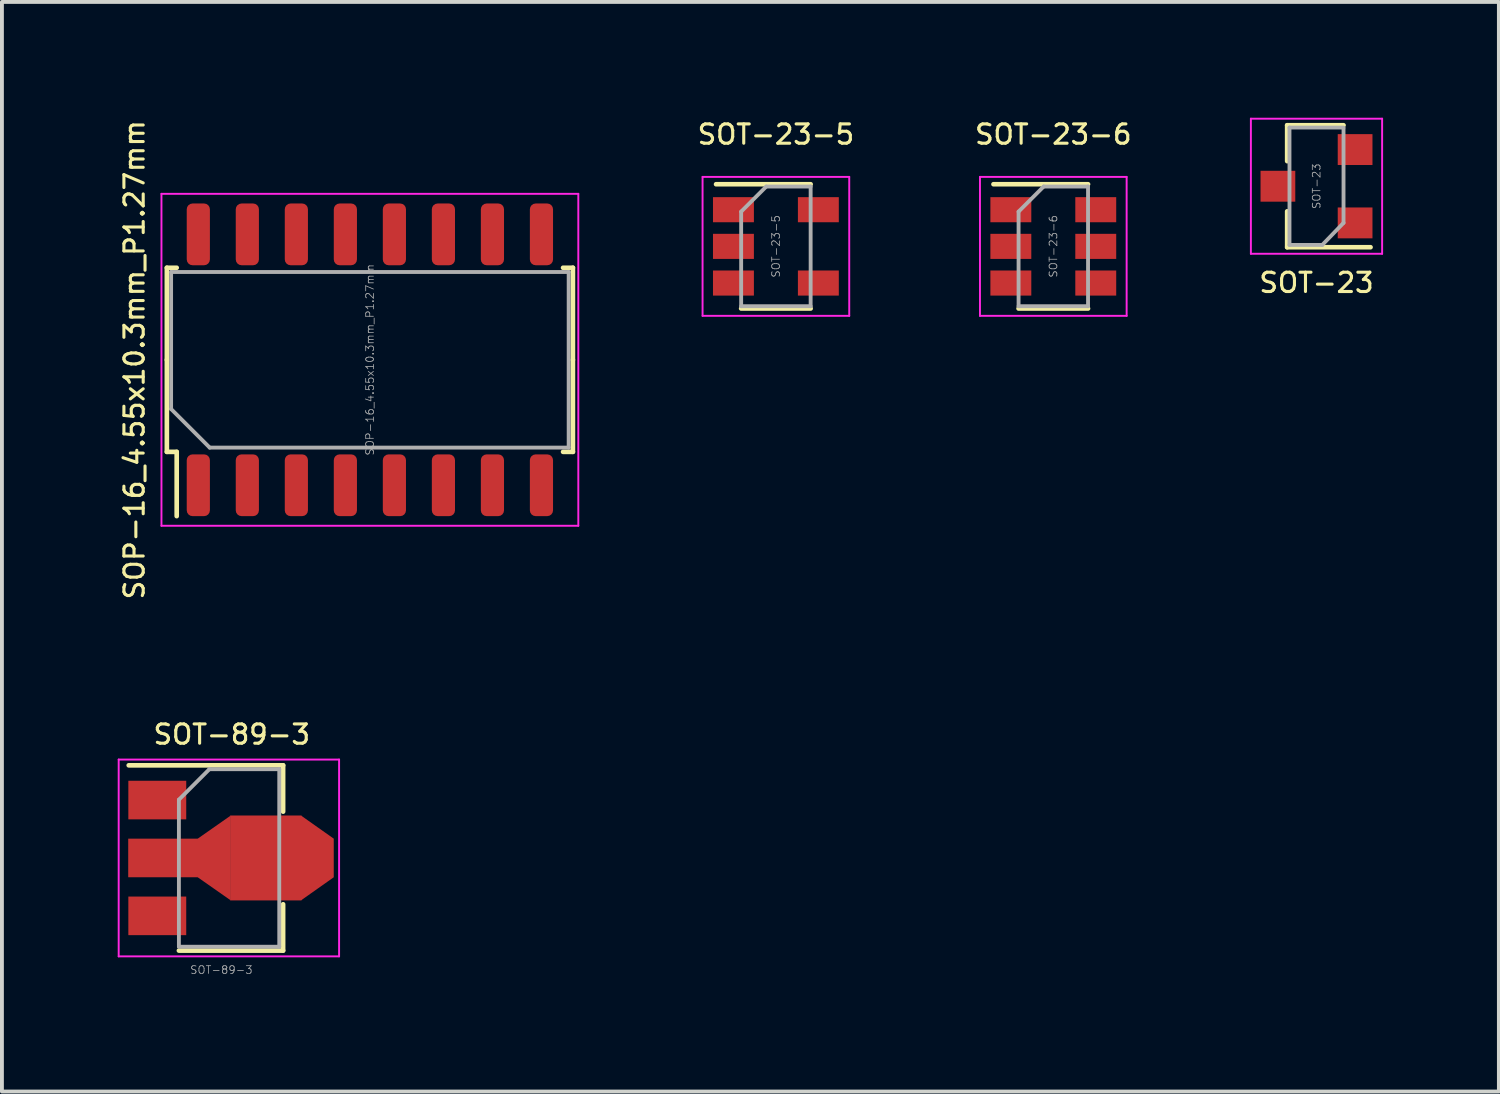
<source format=kicad_pcb>
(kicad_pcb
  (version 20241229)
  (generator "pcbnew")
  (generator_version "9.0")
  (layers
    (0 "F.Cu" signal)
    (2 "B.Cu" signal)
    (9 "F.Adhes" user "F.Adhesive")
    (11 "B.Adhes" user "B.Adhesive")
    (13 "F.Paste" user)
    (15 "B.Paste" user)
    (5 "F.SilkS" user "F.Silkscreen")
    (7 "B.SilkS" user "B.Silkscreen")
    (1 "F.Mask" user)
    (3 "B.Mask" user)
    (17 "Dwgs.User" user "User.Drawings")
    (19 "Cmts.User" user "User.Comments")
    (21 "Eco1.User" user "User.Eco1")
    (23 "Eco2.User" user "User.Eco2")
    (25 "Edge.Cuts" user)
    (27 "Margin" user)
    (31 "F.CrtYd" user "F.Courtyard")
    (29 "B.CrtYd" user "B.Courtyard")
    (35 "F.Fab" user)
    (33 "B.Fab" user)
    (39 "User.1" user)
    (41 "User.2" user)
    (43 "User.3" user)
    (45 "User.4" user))
  (footprint "SOT-23-5"
    (layer "F.Cu")
    (at 17.052 3.333)
    (property "Reference" "SOT-23-5" (at 0 -2.9 0) (layer "F.SilkS") (effects (font (size 0.5 0.5) (thickness 0.08))))
    (attr smd)
    (fp_line (start -0.9 1.61) (end 0.9 1.61) (stroke (width 0.12) (type solid)) (layer "F.SilkS"))
    (fp_line (start 0.9 -1.61) (end -1.55 -1.61) (stroke (width 0.12) (type solid)) (layer "F.SilkS"))
    (fp_line (start -1.9 -1.8) (end 1.9 -1.8) (stroke (width 0.05) (type solid)) (layer "F.CrtYd"))
    (fp_line (start -1.9 1.8) (end -1.9 -1.8) (stroke (width 0.05) (type solid)) (layer "F.CrtYd"))
    (fp_line (start 1.9 -1.8) (end 1.9 1.8) (stroke (width 0.05) (type solid)) (layer "F.CrtYd"))
    (fp_line (start 1.9 1.8) (end -1.9 1.8) (stroke (width 0.05) (type solid)) (layer "F.CrtYd"))
    (fp_line (start -0.9 -0.9) (end -0.9 1.55) (stroke (width 0.1) (type solid)) (layer "F.Fab"))
    (fp_line (start -0.9 -0.9) (end -0.25 -1.55) (stroke (width 0.1) (type solid)) (layer "F.Fab"))
    (fp_line (start 0.9 -1.55) (end -0.25 -1.55) (stroke (width 0.1) (type solid)) (layer "F.Fab"))
    (fp_line (start 0.9 -1.55) (end 0.9 1.55) (stroke (width 0.1) (type solid)) (layer "F.Fab"))
    (fp_line (start 0.9 1.55) (end -0.9 1.55) (stroke (width 0.1) (type solid)) (layer "F.Fab"))
    (fp_text user "${REFERENCE}" (at 0 0 90) (layer "F.Fab") (effects (font (size 0.2 0.2) (thickness 0.02))))
    (pad "1" smd rect (at -1.1 -0.95) (size 1.06 0.65) (layers "F.Cu" "F.Mask" "F.Paste"))
    (pad "2" smd rect (at -1.1 0) (size 1.06 0.65) (layers "F.Cu" "F.Mask" "F.Paste"))
    (pad "3" smd rect (at -1.1 0.95) (size 1.06 0.65) (layers "F.Cu" "F.Mask" "F.Paste"))
    (pad "4" smd rect (at 1.1 0.95) (size 1.06 0.65) (layers "F.Cu" "F.Mask" "F.Paste"))
    (pad "5" smd rect (at 1.1 -0.95) (size 1.06 0.65) (layers "F.Cu" "F.Mask" "F.Paste")))
  (footprint "SOT-23-6"
    (layer "F.Cu")
    (at 24.239 3.333)
    (property "Reference" "SOT-23-6" (at 0 -2.9 0) (layer "F.SilkS") (effects (font (size 0.5 0.5) (thickness 0.08))))
    (attr smd)
    (fp_line (start -0.9 1.61) (end 0.9 1.61) (stroke (width 0.12) (type solid)) (layer "F.SilkS"))
    (fp_line (start 0.9 -1.61) (end -1.55 -1.61) (stroke (width 0.12) (type solid)) (layer "F.SilkS"))
    (fp_line (start -1.9 -1.8) (end -1.9 1.8) (stroke (width 0.05) (type solid)) (layer "F.CrtYd"))
    (fp_line (start -1.9 1.8) (end 1.9 1.8) (stroke (width 0.05) (type solid)) (layer "F.CrtYd"))
    (fp_line (start 1.9 -1.8) (end -1.9 -1.8) (stroke (width 0.05) (type solid)) (layer "F.CrtYd"))
    (fp_line (start 1.9 1.8) (end 1.9 -1.8) (stroke (width 0.05) (type solid)) (layer "F.CrtYd"))
    (fp_line (start -0.9 -0.9) (end -0.9 1.55) (stroke (width 0.1) (type solid)) (layer "F.Fab"))
    (fp_line (start -0.9 -0.9) (end -0.25 -1.55) (stroke (width 0.1) (type solid)) (layer "F.Fab"))
    (fp_line (start 0.9 -1.55) (end -0.25 -1.55) (stroke (width 0.1) (type solid)) (layer "F.Fab"))
    (fp_line (start 0.9 -1.55) (end 0.9 1.55) (stroke (width 0.1) (type solid)) (layer "F.Fab"))
    (fp_line (start 0.9 1.55) (end -0.9 1.55) (stroke (width 0.1) (type solid)) (layer "F.Fab"))
    (fp_text user "${REFERENCE}" (at 0 0 90) (layer "F.Fab") (effects (font (size 0.2 0.2) (thickness 0.02))))
    (pad "1" smd rect (at -1.1 -0.95) (size 1.06 0.65) (layers "F.Cu" "F.Mask" "F.Paste"))
    (pad "2" smd rect (at -1.1 0) (size 1.06 0.65) (layers "F.Cu" "F.Mask" "F.Paste"))
    (pad "3" smd rect (at -1.1 0.95) (size 1.06 0.65) (layers "F.Cu" "F.Mask" "F.Paste"))
    (pad "4" smd rect (at 1.1 0.95) (size 1.06 0.65) (layers "F.Cu" "F.Mask" "F.Paste"))
    (pad "5" smd rect (at 1.1 0) (size 1.06 0.65) (layers "F.Cu" "F.Mask" "F.Paste"))
    (pad "6" smd rect (at 1.1 -0.95) (size 1.06 0.65) (layers "F.Cu" "F.Mask" "F.Paste")))
  (footprint "SOT-23"
    (layer "F.Cu")
    (at 31.058 1.775)
    (property "Reference" "SOT-23" (at 0 2.5 180) (layer "F.SilkS") (effects (font (size 0.5 0.5) (thickness 0.08))))
    (attr smd)
    (fp_line (start -0.76 -1.58) (end -0.76 -0.65) (stroke (width 0.12) (type solid)) (layer "F.SilkS"))
    (fp_line (start -0.76 -1.58) (end 0.7 -1.58) (stroke (width 0.12) (type solid)) (layer "F.SilkS"))
    (fp_line (start -0.76 1.58) (end -0.76 0.65) (stroke (width 0.12) (type solid)) (layer "F.SilkS"))
    (fp_line (start -0.76 1.58) (end 1.4 1.58) (stroke (width 0.12) (type solid)) (layer "F.SilkS"))
    (fp_line (start -1.7 -1.75) (end 1.7 -1.75) (stroke (width 0.05) (type solid)) (layer "F.CrtYd"))
    (fp_line (start -1.7 1.75) (end -1.7 -1.75) (stroke (width 0.05) (type solid)) (layer "F.CrtYd"))
    (fp_line (start 1.7 -1.75) (end 1.7 1.75) (stroke (width 0.05) (type solid)) (layer "F.CrtYd"))
    (fp_line (start 1.7 1.75) (end -1.7 1.75) (stroke (width 0.05) (type solid)) (layer "F.CrtYd"))
    (fp_line (start -0.7 1.52) (end -0.7 -1.52) (stroke (width 0.1) (type solid)) (layer "F.Fab"))
    (fp_line (start 0.15 1.52) (end -0.7 1.52) (stroke (width 0.1) (type solid)) (layer "F.Fab"))
    (fp_line (start 0.7 -1.52) (end -0.7 -1.52) (stroke (width 0.1) (type solid)) (layer "F.Fab"))
    (fp_line (start 0.7 0.95) (end 0.15 1.52) (stroke (width 0.1) (type solid)) (layer "F.Fab"))
    (fp_line (start 0.7 0.95) (end 0.7 -1.5) (stroke (width 0.1) (type solid)) (layer "F.Fab"))
    (fp_text user "${REFERENCE}" (at 0 0 270) (layer "F.Fab") (effects (font (size 0.2 0.2) (thickness 0.02))))
    (pad "1" smd rect (at 1 0.95 180) (size 0.9 0.8) (layers "F.Cu" "F.Mask" "F.Paste"))
    (pad "2" smd rect (at 1 -0.95 180) (size 0.9 0.8) (layers "F.Cu" "F.Mask" "F.Paste"))
    (pad "3" smd rect (at -1 0 180) (size 0.9 0.8) (layers "F.Cu" "F.Mask" "F.Paste")))
  (footprint "SOT-89-3"
    (layer "F.Cu")
    (at 2.505 19.178)
    (property "Reference" "SOT-89-3" (at 0.45 -3.2 0) (layer "F.SilkS") (effects (font (size 0.5 0.5) (thickness 0.08))))
    (attr smd)
    (fp_line (start -2.22 -2.4) (end 1.78 -2.4) (stroke (width 0.12) (type solid)) (layer "F.SilkS"))
    (fp_line (start 1.78 -2.4) (end 1.78 -1.2) (stroke (width 0.12) (type solid)) (layer "F.SilkS"))
    (fp_line (start 1.78 1.2) (end 1.78 2.4) (stroke (width 0.12) (type solid)) (layer "F.SilkS"))
    (fp_line (start 1.78 2.4) (end -0.92 2.4) (stroke (width 0.12) (type solid)) (layer "F.SilkS"))
    (fp_line (start -2.48 2.55) (end -2.48 -2.55) (stroke (width 0.05) (type solid)) (layer "F.CrtYd"))
    (fp_line (start -2.48 2.55) (end 3.23 2.55) (stroke (width 0.05) (type solid)) (layer "F.CrtYd"))
    (fp_line (start 3.23 -2.55) (end -2.48 -2.55) (stroke (width 0.05) (type solid)) (layer "F.CrtYd"))
    (fp_line (start 3.23 -2.55) (end 3.23 2.55) (stroke (width 0.05) (type solid)) (layer "F.CrtYd"))
    (fp_line (start -0.92 -1.51) (end -0.13 -2.3) (stroke (width 0.1) (type solid)) (layer "F.Fab"))
    (fp_line (start -0.92 2.3) (end -0.92 -1.51) (stroke (width 0.1) (type solid)) (layer "F.Fab"))
    (fp_line (start -0.13 -2.3) (end 1.68 -2.3) (stroke (width 0.1) (type solid)) (layer "F.Fab"))
    (fp_line (start 1.68 -2.3) (end 1.68 2.3) (stroke (width 0.1) (type solid)) (layer "F.Fab"))
    (fp_line (start 1.68 2.3) (end -0.92 2.3) (stroke (width 0.1) (type solid)) (layer "F.Fab"))
    (fp_text user "${REFERENCE}" (at 0.18 2.9 180) (layer "F.Fab") (effects (font (size 0.2 0.2) (thickness 0.02))))
    (pad "1" smd rect (at -1.48 -1.5 270) (size 1 1.5) (layers "F.Cu" "F.Mask" "F.Paste"))
    (pad "2" smd rect (at -1.333 0 270) (size 1 1.8) (layers "F.Cu" "F.Mask" "F.Paste"))
    (pad "2" smd trapezoid (at -0.076 0 90) (size 1.5 1) (rect_delta 0 0.7) (layers "F.Cu" "F.Mask" "F.Paste"))
    (pad "2" smd rect (at 1.333 0 270) (size 2.2 1.84) (layers "F.Cu" "F.Mask" "F.Paste"))
    (pad "2" smd trapezoid (at 2.667 0 270) (size 1.6 0.85) (rect_delta 0 0.6) (layers "F.Cu" "F.Mask" "F.Paste"))
    (pad "3" smd rect (at -1.48 1.5 270) (size 1 1.5) (layers "F.Cu" "F.Mask" "F.Paste")))
  (footprint "SOP-16_4.55x10.3mm_P1.27mm"
    (layer "F.Cu")
    (at 6.533 6.272)
    (property "Reference" "SOP-16_4.55x10.3mm_P1.27mm" (at -6.1 0 90) (layer "F.SilkS") (effects (font (size 0.5 0.5) (thickness 0.08))))
    (attr smd)
    (fp_line (start -5.26 -2.385) (end -5.005 -2.385) (stroke (width 0.12) (type solid)) (layer "F.SilkS"))
    (fp_line (start -5.26 0) (end -5.26 -2.385) (stroke (width 0.12) (type solid)) (layer "F.SilkS"))
    (fp_line (start -5.26 0) (end -5.26 2.385) (stroke (width 0.12) (type solid)) (layer "F.SilkS"))
    (fp_line (start -5.26 2.385) (end -5.005 2.385) (stroke (width 0.12) (type solid)) (layer "F.SilkS"))
    (fp_line (start -5.005 2.385) (end -5.005 4.05) (stroke (width 0.12) (type solid)) (layer "F.SilkS"))
    (fp_line (start 5.26 -2.385) (end 5.005 -2.385) (stroke (width 0.12) (type solid)) (layer "F.SilkS"))
    (fp_line (start 5.26 0) (end 5.26 -2.385) (stroke (width 0.12) (type solid)) (layer "F.SilkS"))
    (fp_line (start 5.26 0) (end 5.26 2.385) (stroke (width 0.12) (type solid)) (layer "F.SilkS"))
    (fp_line (start 5.26 2.385) (end 5.005 2.385) (stroke (width 0.12) (type solid)) (layer "F.SilkS"))
    (fp_line (start -5.4 -4.3) (end -5.4 4.3) (stroke (width 0.05) (type solid)) (layer "F.CrtYd"))
    (fp_line (start -5.4 4.3) (end 5.4 4.3) (stroke (width 0.05) (type solid)) (layer "F.CrtYd"))
    (fp_line (start 5.4 -4.3) (end -5.4 -4.3) (stroke (width 0.05) (type solid)) (layer "F.CrtYd"))
    (fp_line (start 5.4 4.3) (end 5.4 -4.3) (stroke (width 0.05) (type solid)) (layer "F.CrtYd"))
    (fp_line (start -5.15 -2.275) (end 5.15 -2.275) (stroke (width 0.1) (type solid)) (layer "F.Fab"))
    (fp_line (start -5.15 1.275) (end -5.15 -2.275) (stroke (width 0.1) (type solid)) (layer "F.Fab"))
    (fp_line (start -4.15 2.275) (end -5.15 1.275) (stroke (width 0.1) (type solid)) (layer "F.Fab"))
    (fp_line (start 5.15 -2.275) (end 5.15 2.275) (stroke (width 0.1) (type solid)) (layer "F.Fab"))
    (fp_line (start 5.15 2.275) (end -4.15 2.275) (stroke (width 0.1) (type solid)) (layer "F.Fab"))
    (fp_text user "${REFERENCE}" (at 0 0 90) (layer "F.Fab") (effects (font (size 0.2 0.2) (thickness 0.02))))
    (pad "1" smd roundrect (at -4.445 3.25 90) (size 1.6 0.6) (layers "F.Cu" "F.Mask" "F.Paste") (roundrect_rratio 0.25))
    (pad "2" smd roundrect (at -3.175 3.25 90) (size 1.6 0.6) (layers "F.Cu" "F.Mask" "F.Paste") (roundrect_rratio 0.25))
    (pad "3" smd roundrect (at -1.905 3.25 90) (size 1.6 0.6) (layers "F.Cu" "F.Mask" "F.Paste") (roundrect_rratio 0.25))
    (pad "4" smd roundrect (at -0.635 3.25 90) (size 1.6 0.6) (layers "F.Cu" "F.Mask" "F.Paste") (roundrect_rratio 0.25))
    (pad "5" smd roundrect (at 0.635 3.25 90) (size 1.6 0.6) (layers "F.Cu" "F.Mask" "F.Paste") (roundrect_rratio 0.25))
    (pad "6" smd roundrect (at 1.905 3.25 90) (size 1.6 0.6) (layers "F.Cu" "F.Mask" "F.Paste") (roundrect_rratio 0.25))
    (pad "7" smd roundrect (at 3.175 3.25 90) (size 1.6 0.6) (layers "F.Cu" "F.Mask" "F.Paste") (roundrect_rratio 0.25))
    (pad "8" smd roundrect (at 4.445 3.25 90) (size 1.6 0.6) (layers "F.Cu" "F.Mask" "F.Paste") (roundrect_rratio 0.25))
    (pad "9" smd roundrect (at 4.445 -3.25 90) (size 1.6 0.6) (layers "F.Cu" "F.Mask" "F.Paste") (roundrect_rratio 0.25))
    (pad "10" smd roundrect (at 3.175 -3.25 90) (size 1.6 0.6) (layers "F.Cu" "F.Mask" "F.Paste") (roundrect_rratio 0.25))
    (pad "11" smd roundrect (at 1.905 -3.25 90) (size 1.6 0.6) (layers "F.Cu" "F.Mask" "F.Paste") (roundrect_rratio 0.25))
    (pad "12" smd roundrect (at 0.635 -3.25 90) (size 1.6 0.6) (layers "F.Cu" "F.Mask" "F.Paste") (roundrect_rratio 0.25))
    (pad "13" smd roundrect (at -0.635 -3.25 90) (size 1.6 0.6) (layers "F.Cu" "F.Mask" "F.Paste") (roundrect_rratio 0.25))
    (pad "14" smd roundrect (at -1.905 -3.25 90) (size 1.6 0.6) (layers "F.Cu" "F.Mask" "F.Paste") (roundrect_rratio 0.25))
    (pad "15" smd roundrect (at -3.175 -3.25 90) (size 1.6 0.6) (layers "F.Cu" "F.Mask" "F.Paste") (roundrect_rratio 0.25))
    (pad "16" smd roundrect (at -4.445 -3.25 90) (size 1.6 0.6) (layers "F.Cu" "F.Mask" "F.Paste") (roundrect_rratio 0.25)))
  (gr_rect
    (start -3 -3)
    (end 35.783 25.23)
    (stroke (width 0.1) (type default))
    (fill no)
    (layer "Edge.Cuts")))
</source>
